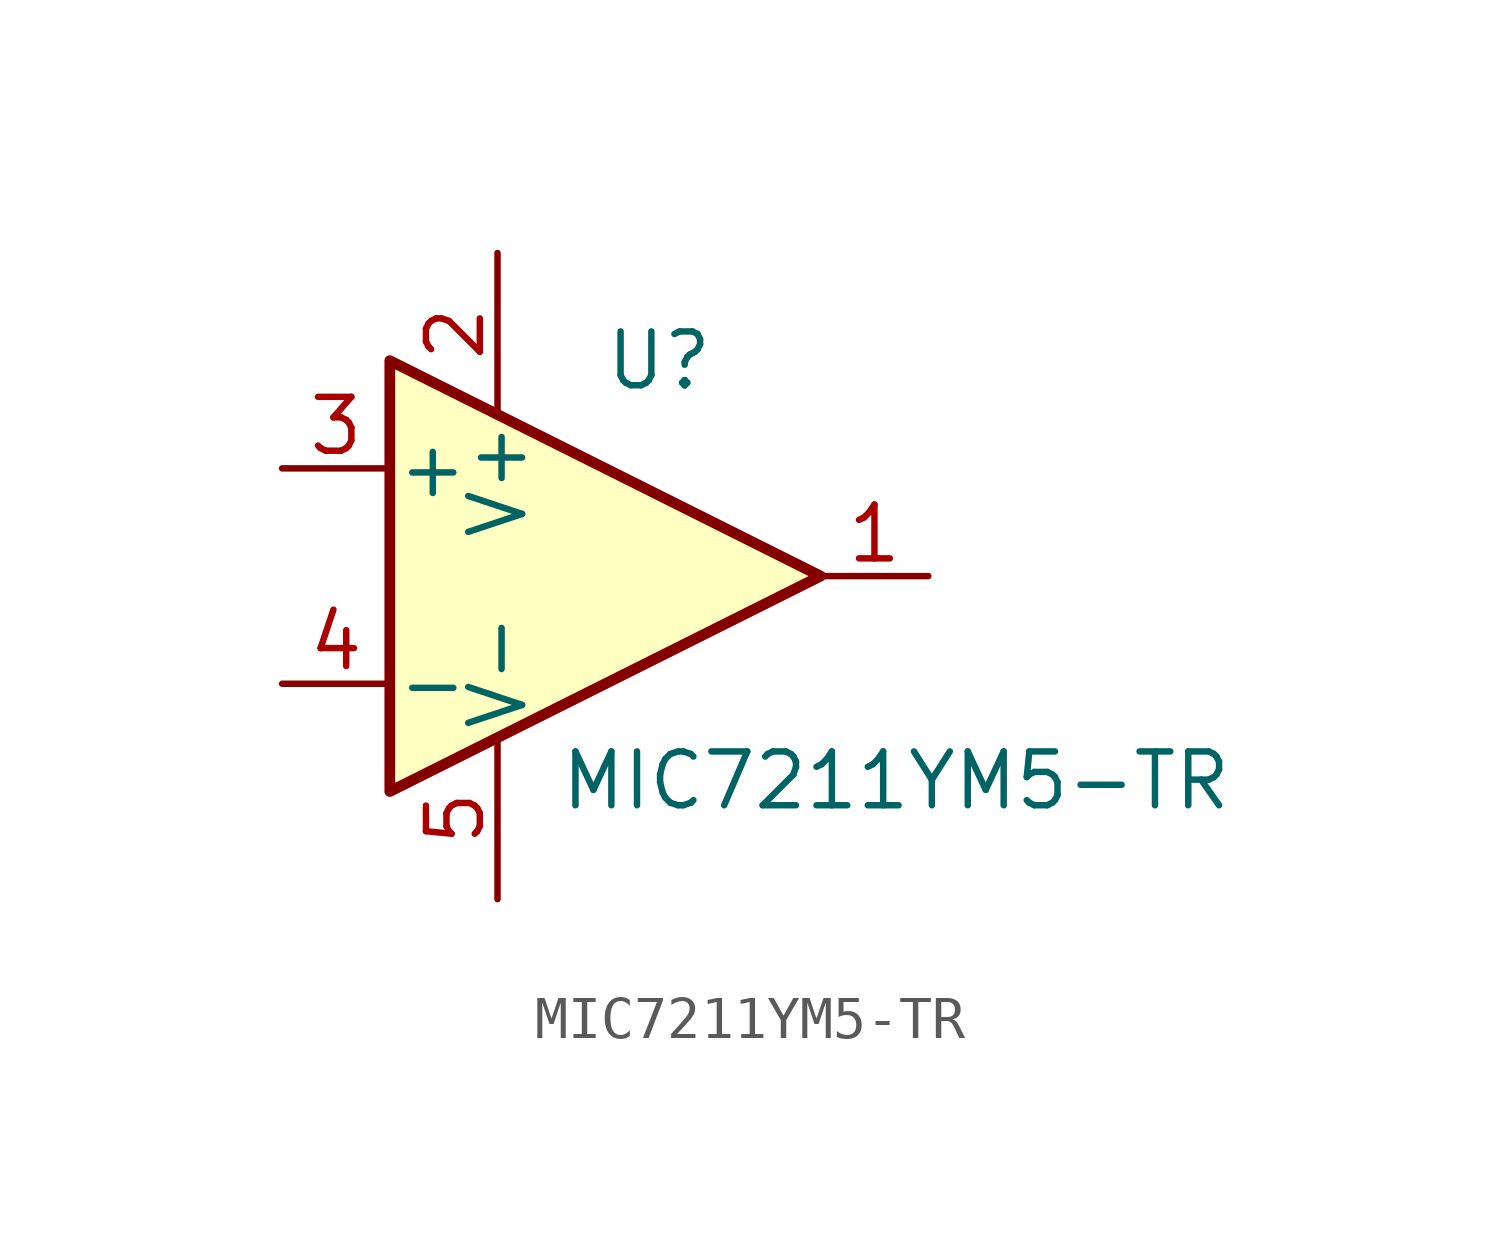
<source format=kicad_sym>
(kicad_symbol_lib
  (version 20241209)
  (generator "kicad_symbol_editor")
  (generator_version "9.0")
  (symbol "MIC7211YM5-TR"
    (pin_names
      (offset 0.127))
    (property "Reference" "U"
      (at 1.27 5.08 0)
      (effects (font (size 1.27 1.27))))
    (property "Value" "MIC7211YM5-TR"
      (at 6.858 -4.826 0)
      (effects (font (size 1.27 1.27))))
    (symbol "MIC7211YM5-TR_0_1"
      (polyline (pts (xy -5.08 5.08) (xy 5.08 0) (xy -5.08 -5.08) (xy -5.08 5.08)) (stroke (width 0.254) (type default)) (fill (type background))))
    (symbol "MIC7211YM5-TR_1_1"
      (pin input line (at -7.62 2.54 0) (length 2.54) (name "+" (effects (font (size 1.27 1.27)))) (number "3" (effects (font (size 1.27 1.27)))))
      (pin input line (at -7.62 -2.54 0) (length 2.54) (name "-" (effects (font (size 1.27 1.27)))) (number "4" (effects (font (size 1.27 1.27)))))
      (pin power_in line (at -2.54 7.62 270) (length 3.81) (name "V+" (effects (font (size 1.27 1.27)))) (number "2" (effects (font (size 1.27 1.27)))))
      (pin power_in line (at -2.54 -7.62 90) (length 3.81) (name "V-" (effects (font (size 1.27 1.27)))) (number "5" (effects (font (size 1.27 1.27)))))
      (pin output line (at 7.62 0 180) (length 2.54) (name "~" (effects (font (size 1.27 1.27)))) (number "1" (effects (font (size 1.27 1.27))))))))
</source>
